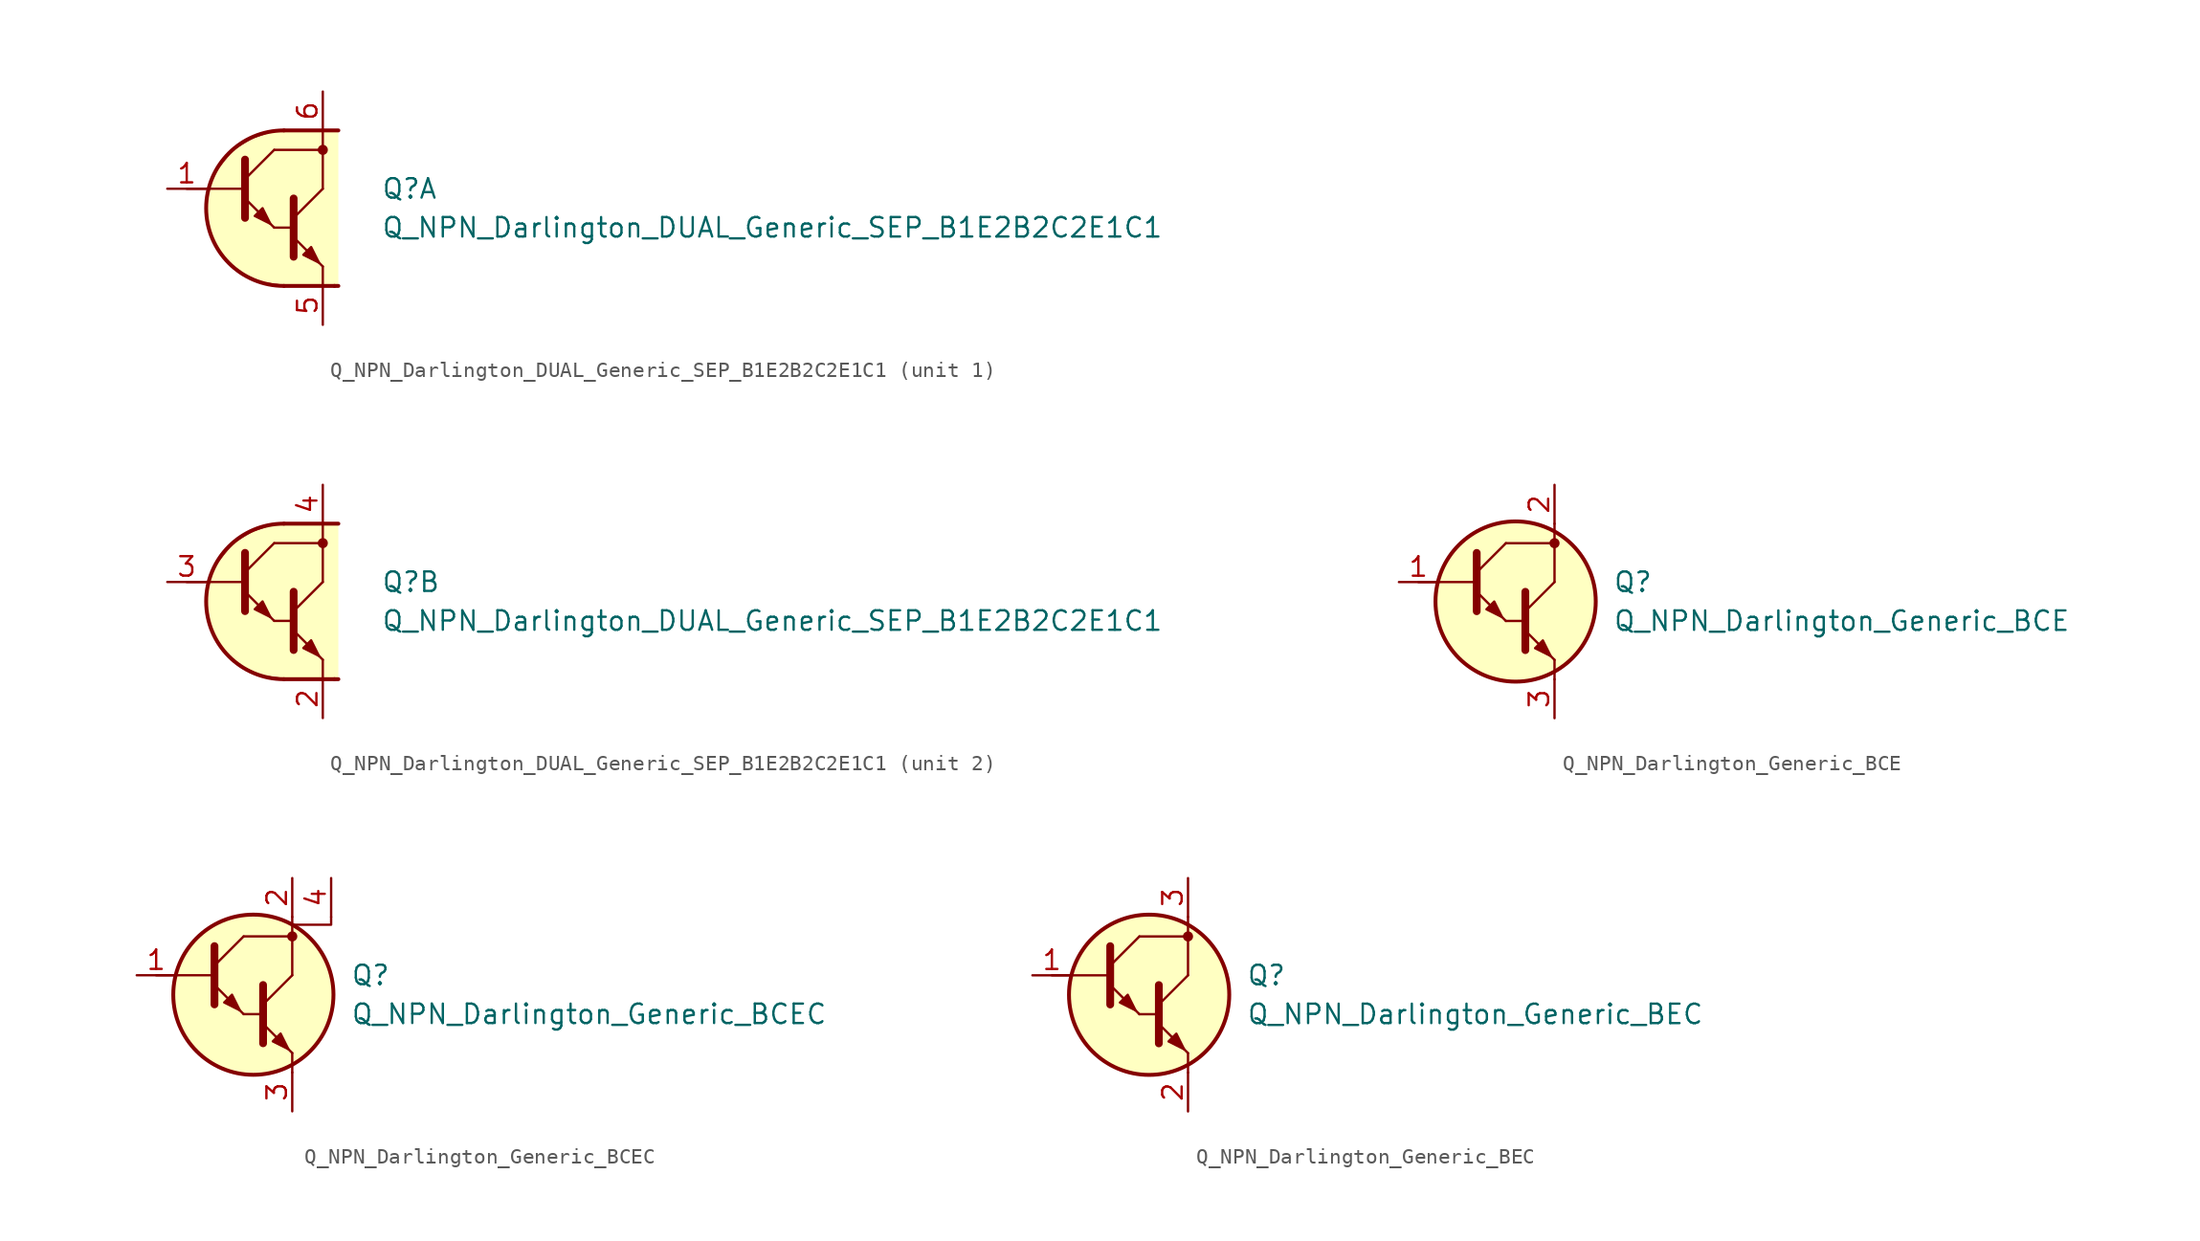
<source format=kicad_sym>
(kicad_symbol_lib
  (version 20220914)
  (generator kicad_symbol_editor)
  (symbol "Q_NPN_Darlington_DUAL_Generic_SEP_B1E2B2C2E1C1"
    (pin_names hide)
    (property "Reference" "Q"
      (at 6.35 1.27 0)
      (effects (font (size 1.27 1.27)) (justify left)))
    (property "Value" "Q_NPN_Darlington_DUAL_Generic_SEP_B1E2B2C2E1C1"
      (at 6.35 -1.27 0)
      (effects (font (size 1.27 1.27)) (justify left)))
    (property "ki_locked" ""
      (at 0 0 0)
      (effects (font (size 1.27 1.27))))
    (symbol "Q_NPN_Darlington_DUAL_Generic_SEP_B1E2B2C2E1C1_0_1"
      (polyline (pts (xy -6.35 1.27) (xy -2.54 1.27)) (stroke (width 0) (type default)) (fill (type none)))
      (polyline (pts (xy -0.635 -1.27) (xy 0.635 -1.27)) (stroke (width 0) (type default)) (fill (type none)))
      (polyline (pts (xy 0 -5.08) (xy 3.302 -5.08)) (stroke (width 0.254) (type default)) (fill (type none)))
      (polyline (pts (xy 0 5.08) (xy 3.556 5.08)) (stroke (width 0.254) (type default)) (fill (type none)))
      (polyline (pts (xy 0.635 -0.635) (xy 2.54 1.27)) (stroke (width 0) (type default)) (fill (type none)))
      (polyline (pts (xy 2.54 -5.08) (xy 2.54 -3.81)) (stroke (width 0) (type default)) (fill (type none)))
      (polyline (pts (xy 2.54 3.81) (xy 2.54 5.08)) (stroke (width 0) (type default)) (fill (type none)))
      (polyline (pts (xy 3.302 -5.08) (xy 3.556 -5.08)) (stroke (width 0.254) (type default)) (fill (type none)))
      (polyline (pts (xy -0.635 3.81) (xy 2.54 3.81) (xy 2.54 1.27)) (stroke (width 0) (type default)) (fill (type none)))
      (polyline (pts (xy 0.635 -1.905) (xy 2.54 -3.81) (xy 2.54 -3.81)) (stroke (width 0) (type default)) (fill (type none)))
      (polyline (pts (xy 0.635 0.635) (xy 0.635 -3.175) (xy 0.635 -3.175)) (stroke (width 0.508) (type default)) (fill (type none)))
      (polyline (pts (xy 1.27 -3.048) (xy 1.778 -2.54) (xy 2.286 -3.556) (xy 1.27 -3.048) (xy 1.27 -3.048)) (stroke (width 0) (type default)) (fill (type outline)))
      (polyline (pts (xy 3.556 5.08) (xy -0.508 5.08) (xy -2.032 4.572) (xy -3.302 3.81) (xy -4.318 2.54) (xy -5.08 1.016) (xy -5.08 -0.762) (xy -4.318 -2.794) (xy -3.048 -4.064) (xy -1.524 -4.826) (xy 0.508 -5.08) (xy 3.556 -5.08)) (stroke (width 0.025) (type default)) (fill (type background)))
      (arc (start 0 5.08) (mid -5.0579 0) (end 0 -5.08) (stroke (width 0.254) (type default)) (fill (type none)))
      (circle (center 2.54 3.81) (radius 0.254) (stroke (width 0) (type default)) (fill (type outline))))
    (symbol "Q_NPN_Darlington_DUAL_Generic_SEP_B1E2B2C2E1C1_1_1"
      (polyline (pts (xy -2.54 1.905) (xy -0.635 3.81)) (stroke (width 0) (type default)) (fill (type none)))
      (polyline (pts (xy -2.54 0.635) (xy -0.635 -1.27) (xy -0.635 -1.27)) (stroke (width 0) (type default)) (fill (type none)))
      (polyline (pts (xy -2.54 3.175) (xy -2.54 -0.635) (xy -2.54 -0.635)) (stroke (width 0.508) (type default)) (fill (type none)))
      (polyline (pts (xy -1.905 -0.508) (xy -1.397 0) (xy -0.889 -1.016) (xy -1.905 -0.508) (xy -1.905 -0.508)) (stroke (width 0) (type default)) (fill (type outline)))
      (pin input line (at -7.62 1.27 0) (length 2.54) (name "B1" (effects (font (size 1.27 1.27)))) (number "1" (effects (font (size 1.27 1.27)))))
      (pin passive line (at 2.54 -7.62 90) (length 2.54) (name "E1" (effects (font (size 1.27 1.27)))) (number "5" (effects (font (size 1.27 1.27)))))
      (pin passive line (at 2.54 7.62 270) (length 2.54) (name "C1" (effects (font (size 1.27 1.27)))) (number "6" (effects (font (size 1.27 1.27))))))
    (symbol "Q_NPN_Darlington_DUAL_Generic_SEP_B1E2B2C2E1C1_2_1"
      (polyline (pts (xy -2.54 1.905) (xy -0.635 3.81)) (stroke (width 0) (type default)) (fill (type none)))
      (polyline (pts (xy -2.54 0.635) (xy -0.635 -1.27) (xy -0.635 -1.27)) (stroke (width 0) (type default)) (fill (type none)))
      (polyline (pts (xy -2.54 3.175) (xy -2.54 -0.635) (xy -2.54 -0.635)) (stroke (width 0.508) (type default)) (fill (type none)))
      (polyline (pts (xy -1.905 -0.508) (xy -1.397 0) (xy -0.889 -1.016) (xy -1.905 -0.508) (xy -1.905 -0.508)) (stroke (width 0) (type default)) (fill (type outline)))
      (pin passive line (at 2.54 -7.62 90) (length 2.54) (name "E2" (effects (font (size 1.27 1.27)))) (number "2" (effects (font (size 1.27 1.27)))))
      (pin input line (at -7.62 1.27 0) (length 2.54) (name "B2" (effects (font (size 1.27 1.27)))) (number "3" (effects (font (size 1.27 1.27)))))
      (pin passive line (at 2.54 7.62 270) (length 2.54) (name "C2" (effects (font (size 1.27 1.27)))) (number "4" (effects (font (size 1.27 1.27)))))))
  (symbol "Q_NPN_Darlington_Generic_BCE"
    (pin_names hide)
    (property "Reference" "Q"
      (at 6.35 1.27 0)
      (effects (font (size 1.27 1.27)) (justify left)))
    (property "Value" "Q_NPN_Darlington_Generic_BCE"
      (at 6.35 -1.27 0)
      (effects (font (size 1.27 1.27)) (justify left)))
    (symbol "Q_NPN_Darlington_Generic_BCE_0_1"
      (polyline (pts (xy -6.35 1.27) (xy -2.54 1.27)) (stroke (width 0) (type default)) (fill (type none)))
      (polyline (pts (xy -0.635 -1.27) (xy 0.635 -1.27)) (stroke (width 0) (type default)) (fill (type none)))
      (polyline (pts (xy 0.635 -0.635) (xy 2.54 1.27)) (stroke (width 0) (type default)) (fill (type none)))
      (polyline (pts (xy 2.54 -5.08) (xy 2.54 -3.81)) (stroke (width 0) (type default)) (fill (type none)))
      (polyline (pts (xy 2.54 3.81) (xy 2.54 5.08)) (stroke (width 0) (type default)) (fill (type none)))
      (polyline (pts (xy -0.635 3.81) (xy 2.54 3.81) (xy 2.54 1.27)) (stroke (width 0) (type default)) (fill (type none)))
      (polyline (pts (xy 0.635 -1.905) (xy 2.54 -3.81) (xy 2.54 -3.81)) (stroke (width 0) (type default)) (fill (type none)))
      (polyline (pts (xy 0.635 0.635) (xy 0.635 -3.175) (xy 0.635 -3.175)) (stroke (width 0.508) (type default)) (fill (type none)))
      (polyline (pts (xy 1.27 -3.048) (xy 1.778 -2.54) (xy 2.286 -3.556) (xy 1.27 -3.048) (xy 1.27 -3.048)) (stroke (width 0) (type default)) (fill (type outline)))
      (circle (center 0 0) (radius 5.232) (stroke (width 0.254) (type default)) (fill (type background)))
      (circle (center 2.54 3.81) (radius 0.254) (stroke (width 0) (type default)) (fill (type outline))))
    (symbol "Q_NPN_Darlington_Generic_BCE_1_1"
      (polyline (pts (xy -2.54 1.905) (xy -0.635 3.81)) (stroke (width 0) (type default)) (fill (type none)))
      (polyline (pts (xy -2.54 0.635) (xy -0.635 -1.27) (xy -0.635 -1.27)) (stroke (width 0) (type default)) (fill (type none)))
      (polyline (pts (xy -2.54 3.175) (xy -2.54 -0.635) (xy -2.54 -0.635)) (stroke (width 0.508) (type default)) (fill (type none)))
      (polyline (pts (xy -1.905 -0.508) (xy -1.397 0) (xy -0.889 -1.016) (xy -1.905 -0.508) (xy -1.905 -0.508)) (stroke (width 0) (type default)) (fill (type outline)))
      (pin input line (at -7.62 1.27 0) (length 2.54) (name "B" (effects (font (size 1.27 1.27)))) (number "1" (effects (font (size 1.27 1.27)))))
      (pin passive line (at 2.54 7.62 270) (length 2.54) (name "C" (effects (font (size 1.27 1.27)))) (number "2" (effects (font (size 1.27 1.27)))))
      (pin passive line (at 2.54 -7.62 90) (length 2.54) (name "E" (effects (font (size 1.27 1.27)))) (number "3" (effects (font (size 1.27 1.27)))))))
  (symbol "Q_NPN_Darlington_Generic_BCEC"
    (pin_names hide)
    (property "Reference" "Q"
      (at 6.35 1.27 0)
      (effects (font (size 1.27 1.27)) (justify left)))
    (property "Value" "Q_NPN_Darlington_Generic_BCEC"
      (at 6.35 -1.27 0)
      (effects (font (size 1.27 1.27)) (justify left)))
    (symbol "Q_NPN_Darlington_Generic_BCEC_0_1"
      (polyline (pts (xy -6.35 1.27) (xy -2.54 1.27)) (stroke (width 0) (type default)) (fill (type none)))
      (polyline (pts (xy -0.635 -1.27) (xy 0.635 -1.27)) (stroke (width 0) (type default)) (fill (type none)))
      (polyline (pts (xy 0.635 -0.635) (xy 2.54 1.27)) (stroke (width 0) (type default)) (fill (type none)))
      (polyline (pts (xy 2.54 -5.08) (xy 2.54 -3.81)) (stroke (width 0) (type default)) (fill (type none)))
      (polyline (pts (xy 2.54 3.81) (xy 2.54 5.08)) (stroke (width 0) (type default)) (fill (type none)))
      (polyline (pts (xy -0.635 3.81) (xy 2.54 3.81) (xy 2.54 1.27)) (stroke (width 0) (type default)) (fill (type none)))
      (polyline (pts (xy 0.635 -1.905) (xy 2.54 -3.81) (xy 2.54 -3.81)) (stroke (width 0) (type default)) (fill (type none)))
      (polyline (pts (xy 0.635 0.635) (xy 0.635 -3.175) (xy 0.635 -3.175)) (stroke (width 0.508) (type default)) (fill (type none)))
      (polyline (pts (xy 2.54 4.572) (xy 5.08 4.572) (xy 5.08 5.08)) (stroke (width 0) (type default)) (fill (type none)))
      (polyline (pts (xy 1.27 -3.048) (xy 1.778 -2.54) (xy 2.286 -3.556) (xy 1.27 -3.048) (xy 1.27 -3.048)) (stroke (width 0) (type default)) (fill (type outline)))
      (circle (center 0 0) (radius 5.232) (stroke (width 0.254) (type default)) (fill (type background)))
      (circle (center 2.54 3.81) (radius 0.254) (stroke (width 0) (type default)) (fill (type outline))))
    (symbol "Q_NPN_Darlington_Generic_BCEC_1_1"
      (polyline (pts (xy -2.54 1.905) (xy -0.635 3.81)) (stroke (width 0) (type default)) (fill (type none)))
      (polyline (pts (xy -2.54 0.635) (xy -0.635 -1.27) (xy -0.635 -1.27)) (stroke (width 0) (type default)) (fill (type none)))
      (polyline (pts (xy -2.54 3.175) (xy -2.54 -0.635) (xy -2.54 -0.635)) (stroke (width 0.508) (type default)) (fill (type none)))
      (polyline (pts (xy -1.905 -0.508) (xy -1.397 0) (xy -0.889 -1.016) (xy -1.905 -0.508) (xy -1.905 -0.508)) (stroke (width 0) (type default)) (fill (type outline)))
      (pin input line (at -7.62 1.27 0) (length 2.54) (name "B" (effects (font (size 1.27 1.27)))) (number "1" (effects (font (size 1.27 1.27)))))
      (pin passive line (at 2.54 7.62 270) (length 2.54) (name "C" (effects (font (size 1.27 1.27)))) (number "2" (effects (font (size 1.27 1.27)))))
      (pin passive line (at 2.54 -7.62 90) (length 2.54) (name "E" (effects (font (size 1.27 1.27)))) (number "3" (effects (font (size 1.27 1.27)))))
      (pin passive line (at 5.08 7.62 270) (length 2.54) (name "C" (effects (font (size 1.27 1.27)))) (number "4" (effects (font (size 1.27 1.27)))))))
  (symbol "Q_NPN_Darlington_Generic_BEC"
    (pin_names hide)
    (property "Reference" "Q"
      (at 6.35 1.27 0)
      (effects (font (size 1.27 1.27)) (justify left)))
    (property "Value" "Q_NPN_Darlington_Generic_BEC"
      (at 6.35 -1.27 0)
      (effects (font (size 1.27 1.27)) (justify left)))
    (symbol "Q_NPN_Darlington_Generic_BEC_0_1"
      (polyline (pts (xy -6.35 1.27) (xy -2.54 1.27)) (stroke (width 0) (type default)) (fill (type none)))
      (polyline (pts (xy -0.635 -1.27) (xy 0.635 -1.27)) (stroke (width 0) (type default)) (fill (type none)))
      (polyline (pts (xy 0.635 -0.635) (xy 2.54 1.27)) (stroke (width 0) (type default)) (fill (type none)))
      (polyline (pts (xy 2.54 -5.08) (xy 2.54 -3.81)) (stroke (width 0) (type default)) (fill (type none)))
      (polyline (pts (xy 2.54 3.81) (xy 2.54 5.08)) (stroke (width 0) (type default)) (fill (type none)))
      (polyline (pts (xy -0.635 3.81) (xy 2.54 3.81) (xy 2.54 1.27)) (stroke (width 0) (type default)) (fill (type none)))
      (polyline (pts (xy 0.635 -1.905) (xy 2.54 -3.81) (xy 2.54 -3.81)) (stroke (width 0) (type default)) (fill (type none)))
      (polyline (pts (xy 0.635 0.635) (xy 0.635 -3.175) (xy 0.635 -3.175)) (stroke (width 0.508) (type default)) (fill (type none)))
      (polyline (pts (xy 1.27 -3.048) (xy 1.778 -2.54) (xy 2.286 -3.556) (xy 1.27 -3.048) (xy 1.27 -3.048)) (stroke (width 0) (type default)) (fill (type outline)))
      (circle (center 0 0) (radius 5.232) (stroke (width 0.254) (type default)) (fill (type background)))
      (circle (center 2.54 3.81) (radius 0.254) (stroke (width 0) (type default)) (fill (type outline))))
    (symbol "Q_NPN_Darlington_Generic_BEC_1_1"
      (polyline (pts (xy -2.54 1.905) (xy -0.635 3.81)) (stroke (width 0) (type default)) (fill (type none)))
      (polyline (pts (xy -2.54 0.635) (xy -0.635 -1.27) (xy -0.635 -1.27)) (stroke (width 0) (type default)) (fill (type none)))
      (polyline (pts (xy -2.54 3.175) (xy -2.54 -0.635) (xy -2.54 -0.635)) (stroke (width 0.508) (type default)) (fill (type none)))
      (polyline (pts (xy -1.905 -0.508) (xy -1.397 0) (xy -0.889 -1.016) (xy -1.905 -0.508) (xy -1.905 -0.508)) (stroke (width 0) (type default)) (fill (type outline)))
      (pin input line (at -7.62 1.27 0) (length 2.54) (name "B" (effects (font (size 1.27 1.27)))) (number "1" (effects (font (size 1.27 1.27)))))
      (pin passive line (at 2.54 -7.62 90) (length 2.54) (name "E" (effects (font (size 1.27 1.27)))) (number "2" (effects (font (size 1.27 1.27)))))
      (pin passive line (at 2.54 7.62 270) (length 2.54) (name "C" (effects (font (size 1.27 1.27)))) (number "3" (effects (font (size 1.27 1.27))))))))
</source>
